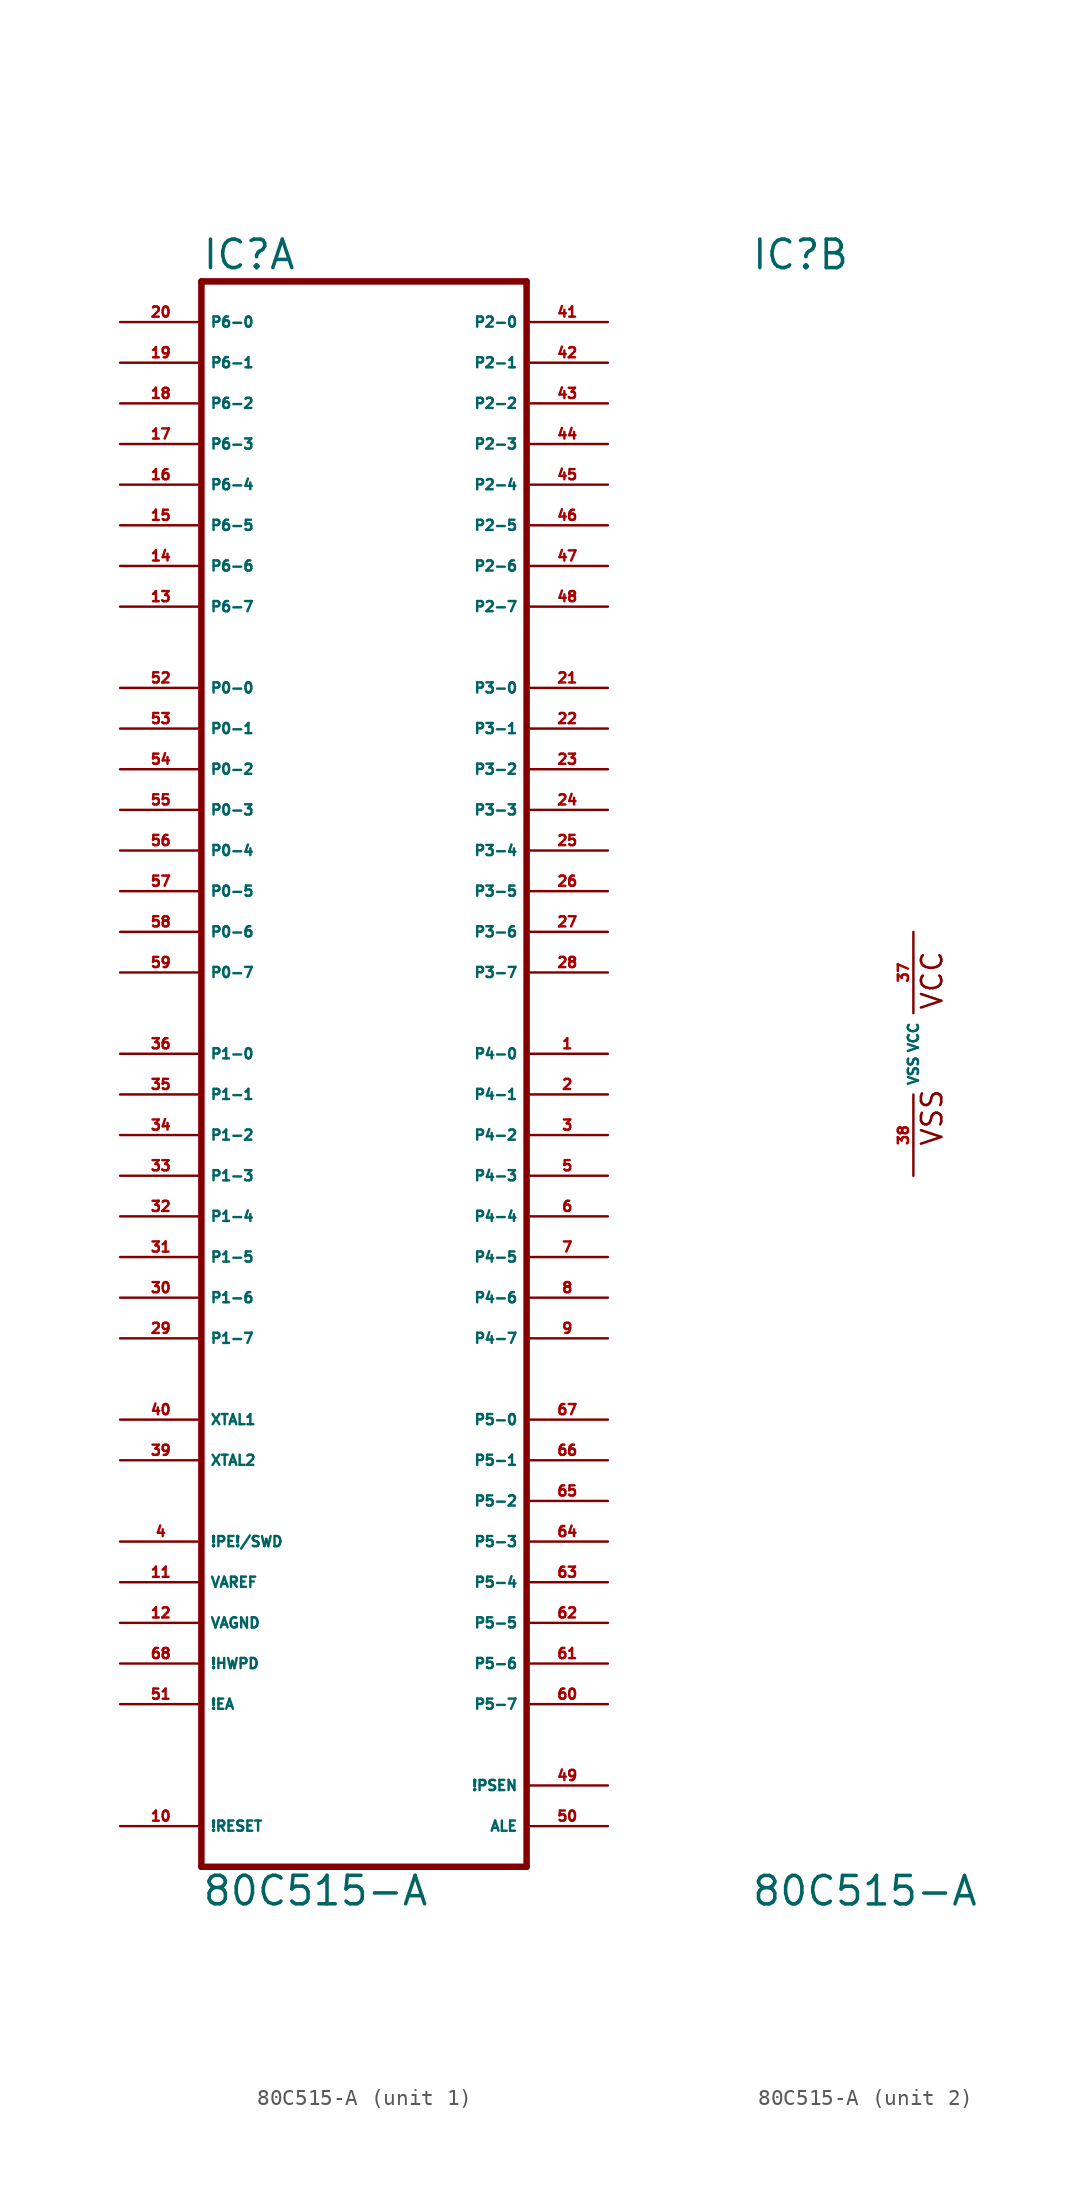
<source format=kicad_sym>
(kicad_symbol_lib
  (version 20220914)
  (generator Eagle2Kicad)
  (symbol "80C515-A"
    (property "Reference" "IC"
      (at -10.16 48.895 0)
      (effects (font (size 1.778 1.778) (thickness 0.22)) (justify left bottom)))
    (property "Value" "80C515-A"
      (at -10.16 -53.34 0)
      (effects (font (size 1.778 1.778) (thickness 0.22)) (justify left bottom)))
    (symbol "80C515-A_1_0"
      (polyline (pts (xy -10.16 -50.8) (xy 10.16 -50.8)) (stroke (width 0.406) (type default)) (fill (type none)))
      (polyline (pts (xy 10.16 -50.8) (xy 10.16 48.26)) (stroke (width 0.406) (type default)) (fill (type none)))
      (polyline (pts (xy 10.16 48.26) (xy -10.16 48.26)) (stroke (width 0.406) (type default)) (fill (type none)))
      (polyline (pts (xy -10.16 48.26) (xy -10.16 -50.8)) (stroke (width 0.406) (type default)) (fill (type none)))
      (pin input line (at -15.24 45.72 0) (length 5.08) (name "P6-0" (effects (font (size 0.635 0.635) (thickness 0.08)) (justify left bottom))) (number "20" (effects (font (size 0.635 0.635) (thickness 0.08)) (justify left bottom))))
      (pin input line (at -15.24 43.18 0) (length 5.08) (name "P6-1" (effects (font (size 0.635 0.635) (thickness 0.08)) (justify left bottom))) (number "19" (effects (font (size 0.635 0.635) (thickness 0.08)) (justify left bottom))))
      (pin input line (at -15.24 40.64 0) (length 5.08) (name "P6-2" (effects (font (size 0.635 0.635) (thickness 0.08)) (justify left bottom))) (number "18" (effects (font (size 0.635 0.635) (thickness 0.08)) (justify left bottom))))
      (pin input line (at -15.24 38.1 0) (length 5.08) (name "P6-3" (effects (font (size 0.635 0.635) (thickness 0.08)) (justify left bottom))) (number "17" (effects (font (size 0.635 0.635) (thickness 0.08)) (justify left bottom))))
      (pin input line (at -15.24 35.56 0) (length 5.08) (name "P6-4" (effects (font (size 0.635 0.635) (thickness 0.08)) (justify left bottom))) (number "16" (effects (font (size 0.635 0.635) (thickness 0.08)) (justify left bottom))))
      (pin input line (at -15.24 33.02 0) (length 5.08) (name "P6-5" (effects (font (size 0.635 0.635) (thickness 0.08)) (justify left bottom))) (number "15" (effects (font (size 0.635 0.635) (thickness 0.08)) (justify left bottom))))
      (pin input line (at -15.24 30.48 0) (length 5.08) (name "P6-6" (effects (font (size 0.635 0.635) (thickness 0.08)) (justify left bottom))) (number "14" (effects (font (size 0.635 0.635) (thickness 0.08)) (justify left bottom))))
      (pin input line (at -15.24 27.94 0) (length 5.08) (name "P6-7" (effects (font (size 0.635 0.635) (thickness 0.08)) (justify left bottom))) (number "13" (effects (font (size 0.635 0.635) (thickness 0.08)) (justify left bottom))))
      (pin bidirectional line (at -15.24 22.86 0) (length 5.08) (name "P0-0" (effects (font (size 0.635 0.635) (thickness 0.08)) (justify left bottom))) (number "52" (effects (font (size 0.635 0.635) (thickness 0.08)) (justify left bottom))))
      (pin bidirectional line (at -15.24 20.32 0) (length 5.08) (name "P0-1" (effects (font (size 0.635 0.635) (thickness 0.08)) (justify left bottom))) (number "53" (effects (font (size 0.635 0.635) (thickness 0.08)) (justify left bottom))))
      (pin bidirectional line (at -15.24 17.78 0) (length 5.08) (name "P0-2" (effects (font (size 0.635 0.635) (thickness 0.08)) (justify left bottom))) (number "54" (effects (font (size 0.635 0.635) (thickness 0.08)) (justify left bottom))))
      (pin bidirectional line (at -15.24 15.24 0) (length 5.08) (name "P0-3" (effects (font (size 0.635 0.635) (thickness 0.08)) (justify left bottom))) (number "55" (effects (font (size 0.635 0.635) (thickness 0.08)) (justify left bottom))))
      (pin bidirectional line (at -15.24 12.7 0) (length 5.08) (name "P0-4" (effects (font (size 0.635 0.635) (thickness 0.08)) (justify left bottom))) (number "56" (effects (font (size 0.635 0.635) (thickness 0.08)) (justify left bottom))))
      (pin bidirectional line (at -15.24 10.16 0) (length 5.08) (name "P0-5" (effects (font (size 0.635 0.635) (thickness 0.08)) (justify left bottom))) (number "57" (effects (font (size 0.635 0.635) (thickness 0.08)) (justify left bottom))))
      (pin bidirectional line (at -15.24 7.62 0) (length 5.08) (name "P0-6" (effects (font (size 0.635 0.635) (thickness 0.08)) (justify left bottom))) (number "58" (effects (font (size 0.635 0.635) (thickness 0.08)) (justify left bottom))))
      (pin bidirectional line (at -15.24 5.08 0) (length 5.08) (name "P0-7" (effects (font (size 0.635 0.635) (thickness 0.08)) (justify left bottom))) (number "59" (effects (font (size 0.635 0.635) (thickness 0.08)) (justify left bottom))))
      (pin bidirectional line (at -15.24 0 0) (length 5.08) (name "P1-0" (effects (font (size 0.635 0.635) (thickness 0.08)) (justify left bottom))) (number "36" (effects (font (size 0.635 0.635) (thickness 0.08)) (justify left bottom))))
      (pin bidirectional line (at -15.24 -2.54 0) (length 5.08) (name "P1-1" (effects (font (size 0.635 0.635) (thickness 0.08)) (justify left bottom))) (number "35" (effects (font (size 0.635 0.635) (thickness 0.08)) (justify left bottom))))
      (pin bidirectional line (at -15.24 -5.08 0) (length 5.08) (name "P1-2" (effects (font (size 0.635 0.635) (thickness 0.08)) (justify left bottom))) (number "34" (effects (font (size 0.635 0.635) (thickness 0.08)) (justify left bottom))))
      (pin bidirectional line (at -15.24 -7.62 0) (length 5.08) (name "P1-3" (effects (font (size 0.635 0.635) (thickness 0.08)) (justify left bottom))) (number "33" (effects (font (size 0.635 0.635) (thickness 0.08)) (justify left bottom))))
      (pin bidirectional line (at -15.24 -10.16 0) (length 5.08) (name "P1-4" (effects (font (size 0.635 0.635) (thickness 0.08)) (justify left bottom))) (number "32" (effects (font (size 0.635 0.635) (thickness 0.08)) (justify left bottom))))
      (pin bidirectional line (at -15.24 -12.7 0) (length 5.08) (name "P1-5" (effects (font (size 0.635 0.635) (thickness 0.08)) (justify left bottom))) (number "31" (effects (font (size 0.635 0.635) (thickness 0.08)) (justify left bottom))))
      (pin bidirectional line (at -15.24 -15.24 0) (length 5.08) (name "P1-6" (effects (font (size 0.635 0.635) (thickness 0.08)) (justify left bottom))) (number "30" (effects (font (size 0.635 0.635) (thickness 0.08)) (justify left bottom))))
      (pin bidirectional line (at -15.24 -17.78 0) (length 5.08) (name "P1-7" (effects (font (size 0.635 0.635) (thickness 0.08)) (justify left bottom))) (number "29" (effects (font (size 0.635 0.635) (thickness 0.08)) (justify left bottom))))
      (pin bidirectional line (at 15.24 45.72 180) (length 5.08) (name "P2-0" (effects (font (size 0.635 0.635) (thickness 0.08)) (justify left bottom))) (number "41" (effects (font (size 0.635 0.635) (thickness 0.08)) (justify left bottom))))
      (pin bidirectional line (at 15.24 43.18 180) (length 5.08) (name "P2-1" (effects (font (size 0.635 0.635) (thickness 0.08)) (justify left bottom))) (number "42" (effects (font (size 0.635 0.635) (thickness 0.08)) (justify left bottom))))
      (pin bidirectional line (at 15.24 40.64 180) (length 5.08) (name "P2-2" (effects (font (size 0.635 0.635) (thickness 0.08)) (justify left bottom))) (number "43" (effects (font (size 0.635 0.635) (thickness 0.08)) (justify left bottom))))
      (pin bidirectional line (at 15.24 38.1 180) (length 5.08) (name "P2-3" (effects (font (size 0.635 0.635) (thickness 0.08)) (justify left bottom))) (number "44" (effects (font (size 0.635 0.635) (thickness 0.08)) (justify left bottom))))
      (pin bidirectional line (at 15.24 35.56 180) (length 5.08) (name "P2-4" (effects (font (size 0.635 0.635) (thickness 0.08)) (justify left bottom))) (number "45" (effects (font (size 0.635 0.635) (thickness 0.08)) (justify left bottom))))
      (pin bidirectional line (at 15.24 33.02 180) (length 5.08) (name "P2-5" (effects (font (size 0.635 0.635) (thickness 0.08)) (justify left bottom))) (number "46" (effects (font (size 0.635 0.635) (thickness 0.08)) (justify left bottom))))
      (pin bidirectional line (at 15.24 30.48 180) (length 5.08) (name "P2-6" (effects (font (size 0.635 0.635) (thickness 0.08)) (justify left bottom))) (number "47" (effects (font (size 0.635 0.635) (thickness 0.08)) (justify left bottom))))
      (pin bidirectional line (at 15.24 27.94 180) (length 5.08) (name "P2-7" (effects (font (size 0.635 0.635) (thickness 0.08)) (justify left bottom))) (number "48" (effects (font (size 0.635 0.635) (thickness 0.08)) (justify left bottom))))
      (pin bidirectional line (at 15.24 22.86 180) (length 5.08) (name "P3-0" (effects (font (size 0.635 0.635) (thickness 0.08)) (justify left bottom))) (number "21" (effects (font (size 0.635 0.635) (thickness 0.08)) (justify left bottom))))
      (pin bidirectional line (at 15.24 20.32 180) (length 5.08) (name "P3-1" (effects (font (size 0.635 0.635) (thickness 0.08)) (justify left bottom))) (number "22" (effects (font (size 0.635 0.635) (thickness 0.08)) (justify left bottom))))
      (pin bidirectional line (at 15.24 17.78 180) (length 5.08) (name "P3-2" (effects (font (size 0.635 0.635) (thickness 0.08)) (justify left bottom))) (number "23" (effects (font (size 0.635 0.635) (thickness 0.08)) (justify left bottom))))
      (pin bidirectional line (at 15.24 15.24 180) (length 5.08) (name "P3-3" (effects (font (size 0.635 0.635) (thickness 0.08)) (justify left bottom))) (number "24" (effects (font (size 0.635 0.635) (thickness 0.08)) (justify left bottom))))
      (pin bidirectional line (at 15.24 12.7 180) (length 5.08) (name "P3-4" (effects (font (size 0.635 0.635) (thickness 0.08)) (justify left bottom))) (number "25" (effects (font (size 0.635 0.635) (thickness 0.08)) (justify left bottom))))
      (pin bidirectional line (at 15.24 10.16 180) (length 5.08) (name "P3-5" (effects (font (size 0.635 0.635) (thickness 0.08)) (justify left bottom))) (number "26" (effects (font (size 0.635 0.635) (thickness 0.08)) (justify left bottom))))
      (pin bidirectional line (at 15.24 7.62 180) (length 5.08) (name "P3-6" (effects (font (size 0.635 0.635) (thickness 0.08)) (justify left bottom))) (number "27" (effects (font (size 0.635 0.635) (thickness 0.08)) (justify left bottom))))
      (pin bidirectional line (at 15.24 5.08 180) (length 5.08) (name "P3-7" (effects (font (size 0.635 0.635) (thickness 0.08)) (justify left bottom))) (number "28" (effects (font (size 0.635 0.635) (thickness 0.08)) (justify left bottom))))
      (pin bidirectional line (at 15.24 0 180) (length 5.08) (name "P4-0" (effects (font (size 0.635 0.635) (thickness 0.08)) (justify left bottom))) (number "1" (effects (font (size 0.635 0.635) (thickness 0.08)) (justify left bottom))))
      (pin bidirectional line (at 15.24 -2.54 180) (length 5.08) (name "P4-1" (effects (font (size 0.635 0.635) (thickness 0.08)) (justify left bottom))) (number "2" (effects (font (size 0.635 0.635) (thickness 0.08)) (justify left bottom))))
      (pin bidirectional line (at 15.24 -5.08 180) (length 5.08) (name "P4-2" (effects (font (size 0.635 0.635) (thickness 0.08)) (justify left bottom))) (number "3" (effects (font (size 0.635 0.635) (thickness 0.08)) (justify left bottom))))
      (pin bidirectional line (at 15.24 -7.62 180) (length 5.08) (name "P4-3" (effects (font (size 0.635 0.635) (thickness 0.08)) (justify left bottom))) (number "5" (effects (font (size 0.635 0.635) (thickness 0.08)) (justify left bottom))))
      (pin bidirectional line (at 15.24 -10.16 180) (length 5.08) (name "P4-4" (effects (font (size 0.635 0.635) (thickness 0.08)) (justify left bottom))) (number "6" (effects (font (size 0.635 0.635) (thickness 0.08)) (justify left bottom))))
      (pin bidirectional line (at 15.24 -12.7 180) (length 5.08) (name "P4-5" (effects (font (size 0.635 0.635) (thickness 0.08)) (justify left bottom))) (number "7" (effects (font (size 0.635 0.635) (thickness 0.08)) (justify left bottom))))
      (pin bidirectional line (at 15.24 -15.24 180) (length 5.08) (name "P4-6" (effects (font (size 0.635 0.635) (thickness 0.08)) (justify left bottom))) (number "8" (effects (font (size 0.635 0.635) (thickness 0.08)) (justify left bottom))))
      (pin bidirectional line (at 15.24 -17.78 180) (length 5.08) (name "P4-7" (effects (font (size 0.635 0.635) (thickness 0.08)) (justify left bottom))) (number "9" (effects (font (size 0.635 0.635) (thickness 0.08)) (justify left bottom))))
      (pin bidirectional line (at 15.24 -22.86 180) (length 5.08) (name "P5-0" (effects (font (size 0.635 0.635) (thickness 0.08)) (justify left bottom))) (number "67" (effects (font (size 0.635 0.635) (thickness 0.08)) (justify left bottom))))
      (pin bidirectional line (at 15.24 -25.4 180) (length 5.08) (name "P5-1" (effects (font (size 0.635 0.635) (thickness 0.08)) (justify left bottom))) (number "66" (effects (font (size 0.635 0.635) (thickness 0.08)) (justify left bottom))))
      (pin bidirectional line (at 15.24 -27.94 180) (length 5.08) (name "P5-2" (effects (font (size 0.635 0.635) (thickness 0.08)) (justify left bottom))) (number "65" (effects (font (size 0.635 0.635) (thickness 0.08)) (justify left bottom))))
      (pin bidirectional line (at 15.24 -30.48 180) (length 5.08) (name "P5-3" (effects (font (size 0.635 0.635) (thickness 0.08)) (justify left bottom))) (number "64" (effects (font (size 0.635 0.635) (thickness 0.08)) (justify left bottom))))
      (pin bidirectional line (at 15.24 -33.02 180) (length 5.08) (name "P5-4" (effects (font (size 0.635 0.635) (thickness 0.08)) (justify left bottom))) (number "63" (effects (font (size 0.635 0.635) (thickness 0.08)) (justify left bottom))))
      (pin bidirectional line (at 15.24 -35.56 180) (length 5.08) (name "P5-5" (effects (font (size 0.635 0.635) (thickness 0.08)) (justify left bottom))) (number "62" (effects (font (size 0.635 0.635) (thickness 0.08)) (justify left bottom))))
      (pin bidirectional line (at 15.24 -38.1 180) (length 5.08) (name "P5-6" (effects (font (size 0.635 0.635) (thickness 0.08)) (justify left bottom))) (number "61" (effects (font (size 0.635 0.635) (thickness 0.08)) (justify left bottom))))
      (pin bidirectional line (at 15.24 -40.64 180) (length 5.08) (name "P5-7" (effects (font (size 0.635 0.635) (thickness 0.08)) (justify left bottom))) (number "60" (effects (font (size 0.635 0.635) (thickness 0.08)) (justify left bottom))))
      (pin input line (at -15.24 -30.48 0) (length 5.08) (name "!PE!/SWD" (effects (font (size 0.635 0.635) (thickness 0.08)) (justify left bottom))) (number "4" (effects (font (size 0.635 0.635) (thickness 0.08)) (justify left bottom))))
      (pin input line (at -15.24 -48.26 0) (length 5.08) (name "!RESET" (effects (font (size 0.635 0.635) (thickness 0.08)) (justify left bottom))) (number "10" (effects (font (size 0.635 0.635) (thickness 0.08)) (justify left bottom))))
      (pin input line (at -15.24 -35.56 0) (length 5.08) (name "VAGND" (effects (font (size 0.635 0.635) (thickness 0.08)) (justify left bottom))) (number "12" (effects (font (size 0.635 0.635) (thickness 0.08)) (justify left bottom))))
      (pin input line (at -15.24 -33.02 0) (length 5.08) (name "VAREF" (effects (font (size 0.635 0.635) (thickness 0.08)) (justify left bottom))) (number "11" (effects (font (size 0.635 0.635) (thickness 0.08)) (justify left bottom))))
      (pin passive line (at -15.24 -22.86 0) (length 5.08) (name "XTAL1" (effects (font (size 0.635 0.635) (thickness 0.08)) (justify left bottom))) (number "40" (effects (font (size 0.635 0.635) (thickness 0.08)) (justify left bottom))))
      (pin passive line (at -15.24 -25.4 0) (length 5.08) (name "XTAL2" (effects (font (size 0.635 0.635) (thickness 0.08)) (justify left bottom))) (number "39" (effects (font (size 0.635 0.635) (thickness 0.08)) (justify left bottom))))
      (pin passive line (at -15.24 -38.1 0) (length 5.08) (name "!HWPD" (effects (font (size 0.635 0.635) (thickness 0.08)) (justify left bottom))) (number "68" (effects (font (size 0.635 0.635) (thickness 0.08)) (justify left bottom))))
      (pin input line (at -15.24 -40.64 0) (length 5.08) (name "!EA" (effects (font (size 0.635 0.635) (thickness 0.08)) (justify left bottom))) (number "51" (effects (font (size 0.635 0.635) (thickness 0.08)) (justify left bottom))))
      (pin output line (at 15.24 -45.72 180) (length 5.08) (name "!PSEN" (effects (font (size 0.635 0.635) (thickness 0.08)) (justify left bottom))) (number "49" (effects (font (size 0.635 0.635) (thickness 0.08)) (justify left bottom))))
      (pin output line (at 15.24 -48.26 180) (length 5.08) (name "ALE" (effects (font (size 0.635 0.635) (thickness 0.08)) (justify left bottom))) (number "50" (effects (font (size 0.635 0.635) (thickness 0.08)) (justify left bottom)))))
    (symbol "80C515-A_2_0"
      (text "VSS" (at 1.905 -5.842 900) (effects (font (size 1.27 1.27) (thickness 0.16)) (justify left bottom)))
      (text "VCC" (at 1.905 2.667 900) (effects (font (size 1.27 1.27) (thickness 0.16)) (justify left bottom)))
      (pin unspecified line (at 0 7.62 270) (length 5.08) (name "VCC" (effects (font (size 0.635 0.635) (thickness 0.08)) (justify left bottom))) (number "37" (effects (font (size 0.635 0.635) (thickness 0.08)) (justify left bottom))))
      (pin unspecified line (at 0 -7.62 90) (length 5.08) (name "VSS" (effects (font (size 0.635 0.635) (thickness 0.08)) (justify left bottom))) (number "38" (effects (font (size 0.635 0.635) (thickness 0.08)) (justify left bottom)))))))
</source>
